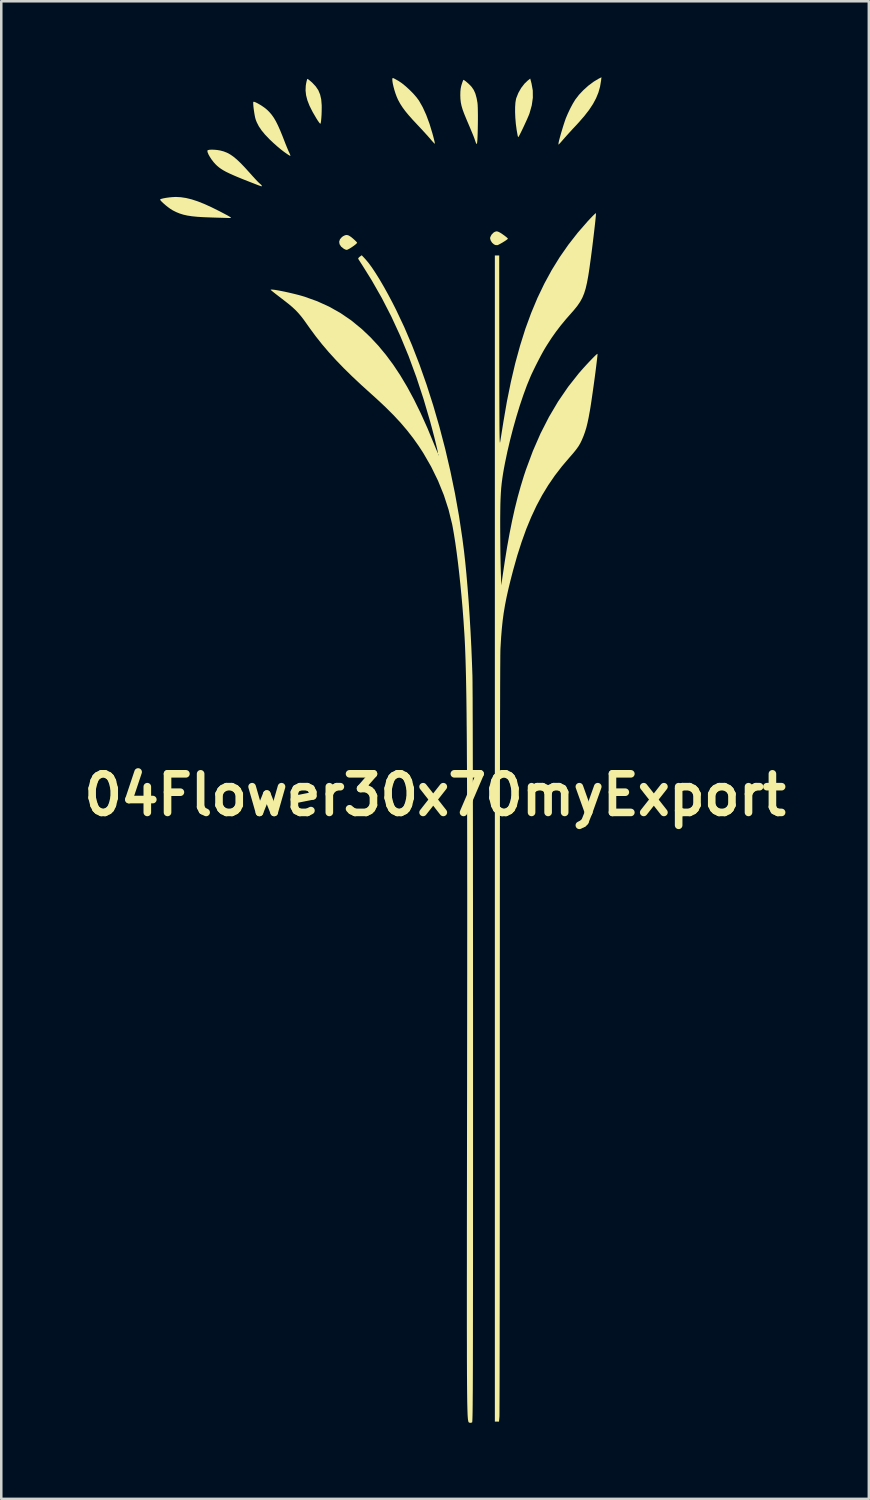
<source format=kicad_pcb>
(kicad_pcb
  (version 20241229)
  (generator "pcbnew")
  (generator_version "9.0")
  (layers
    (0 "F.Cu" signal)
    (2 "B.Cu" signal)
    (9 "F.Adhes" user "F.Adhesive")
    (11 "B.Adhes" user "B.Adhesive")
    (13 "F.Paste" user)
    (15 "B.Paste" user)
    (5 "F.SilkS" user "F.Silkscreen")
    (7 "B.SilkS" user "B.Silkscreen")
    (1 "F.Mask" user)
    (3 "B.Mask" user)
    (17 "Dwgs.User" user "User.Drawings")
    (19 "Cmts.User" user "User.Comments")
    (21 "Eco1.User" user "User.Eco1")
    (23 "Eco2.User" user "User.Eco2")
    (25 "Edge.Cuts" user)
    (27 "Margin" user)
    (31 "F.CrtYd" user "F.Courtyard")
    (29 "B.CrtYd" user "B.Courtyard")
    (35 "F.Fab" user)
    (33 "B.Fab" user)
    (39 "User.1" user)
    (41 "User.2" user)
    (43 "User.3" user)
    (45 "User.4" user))
  (footprint "04Flower30x70myExport"
    (layer "F.Cu")
    (at 14.122 28.329)
    (property "Reference" "04Flower30x70myExport" (at 0 0 0) (layer "F.SilkS") (effects (font (size 1.524 1.524) (thickness 0.3))))
    (attr board_only exclude_from_pos_files exclude_from_bom)
    (fp_poly (pts (xy -3.403 -22.082) (xy -3.315 -22.025) (xy -3.24 -21.964) (xy -3.167 -21.898) (xy -3.11 -21.842) (xy -3.079 -21.805) (xy -3.076 -21.798) (xy -3.095 -21.769) (xy -3.146 -21.724) (xy -3.217 -21.67) (xy -3.298 -21.614) (xy -3.377 -21.565) (xy -3.444 -21.529) (xy -3.487 -21.515) (xy -3.488 -21.515) (xy -3.535 -21.527) (xy -3.598 -21.557) (xy -3.604 -21.562) (xy -3.709 -21.646) (xy -3.769 -21.74) (xy -3.784 -21.838) (xy -3.753 -21.934) (xy -3.676 -22.021) (xy -3.628 -22.056) (xy -3.549 -22.095) (xy -3.477 -22.104)) (stroke (width 0) (type solid)) (fill yes) (layer "F.SilkS"))
    (fp_poly (pts (xy 2.476 -22.239) (xy 2.524 -22.219) (xy 2.585 -22.185) (xy 2.66 -22.136) (xy 2.738 -22.081) (xy 2.807 -22.027) (xy 2.857 -21.983) (xy 2.877 -21.957) (xy 2.877 -21.957) (xy 2.857 -21.935) (xy 2.805 -21.896) (xy 2.732 -21.848) (xy 2.65 -21.798) (xy 2.568 -21.752) (xy 2.5 -21.717) (xy 2.459 -21.701) (xy 2.38 -21.707) (xy 2.32 -21.737) (xy 2.25 -21.8) (xy 2.199 -21.881) (xy 2.174 -21.963) (xy 2.178 -22.014) (xy 2.23 -22.117) (xy 2.308 -22.197) (xy 2.362 -22.229) (xy 2.422 -22.247)) (stroke (width 0) (type solid)) (fill yes) (layer "F.SilkS"))
    (fp_poly (pts (xy 3.809 -28.081) (xy 3.858 -27.809) (xy 3.861 -27.522) (xy 3.818 -27.221) (xy 3.731 -26.911) (xy 3.723 -26.888) (xy 3.695 -26.818) (xy 3.654 -26.722) (xy 3.603 -26.607) (xy 3.546 -26.483) (xy 3.487 -26.356) (xy 3.429 -26.235) (xy 3.376 -26.128) (xy 3.332 -26.042) (xy 3.301 -25.985) (xy 3.286 -25.966) (xy 3.273 -25.987) (xy 3.26 -26.033) (xy 3.22 -26.258) (xy 3.189 -26.492) (xy 3.169 -26.725) (xy 3.16 -26.949) (xy 3.161 -27.154) (xy 3.173 -27.332) (xy 3.197 -27.473) (xy 3.205 -27.502) (xy 3.287 -27.709) (xy 3.399 -27.906) (xy 3.532 -28.078) (xy 3.661 -28.201) (xy 3.757 -28.277)) (stroke (width 0) (type solid)) (fill yes) (layer "F.SilkS"))
    (fp_poly (pts (xy -5.015 -28.255) (xy -4.964 -28.216) (xy -4.894 -28.157) (xy -4.847 -28.115) (xy -4.711 -27.97) (xy -4.608 -27.818) (xy -4.537 -27.649) (xy -4.493 -27.455) (xy -4.474 -27.227) (xy -4.473 -27.135) (xy -4.475 -26.987) (xy -4.48 -26.844) (xy -4.489 -26.715) (xy -4.499 -26.608) (xy -4.511 -26.532) (xy -4.524 -26.495) (xy -4.526 -26.493) (xy -4.546 -26.508) (xy -4.585 -26.556) (xy -4.637 -26.631) (xy -4.68 -26.699) (xy -4.834 -26.963) (xy -4.953 -27.2) (xy -5.038 -27.416) (xy -5.09 -27.617) (xy -5.111 -27.807) (xy -5.103 -27.992) (xy -5.089 -28.083) (xy -5.071 -28.169) (xy -5.053 -28.234) (xy -5.04 -28.265) (xy -5.039 -28.265)) (stroke (width 0) (type solid)) (fill yes) (layer "F.SilkS"))
    (fp_poly (pts (xy 6.552 -28.186) (xy 6.512 -27.951) (xy 6.448 -27.725) (xy 6.357 -27.503) (xy 6.237 -27.278) (xy 6.085 -27.047) (xy 5.897 -26.804) (xy 5.671 -26.544) (xy 5.557 -26.42) (xy 5.441 -26.297) (xy 5.322 -26.167) (xy 5.208 -26.041) (xy 5.112 -25.933) (xy 5.071 -25.886) (xy 4.997 -25.801) (xy 4.936 -25.732) (xy 4.892 -25.686) (xy 4.875 -25.67) (xy 4.871 -25.692) (xy 4.877 -25.745) (xy 4.88 -25.761) (xy 4.899 -25.846) (xy 4.931 -25.965) (xy 4.97 -26.107) (xy 5.016 -26.26) (xy 5.062 -26.411) (xy 5.107 -26.55) (xy 5.146 -26.664) (xy 5.161 -26.707) (xy 5.242 -26.897) (xy 5.335 -27.094) (xy 5.434 -27.28) (xy 5.529 -27.437) (xy 5.54 -27.453) (xy 5.683 -27.639) (xy 5.859 -27.825) (xy 6.054 -28) (xy 6.257 -28.152) (xy 6.454 -28.271) (xy 6.463 -28.275) (xy 6.569 -28.329)) (stroke (width 0) (type solid)) (fill yes) (layer "F.SilkS"))
    (fp_poly (pts (xy -10.03 -23.594) (xy -9.826 -23.563) (xy -9.609 -23.51) (xy -9.373 -23.433) (xy -9.115 -23.331) (xy -8.83 -23.202) (xy -8.514 -23.045) (xy -8.323 -22.945) (xy -8.199 -22.879) (xy -8.115 -22.831) (xy -8.068 -22.8) (xy -8.055 -22.781) (xy -8.072 -22.773) (xy -8.115 -22.773) (xy -8.128 -22.773) (xy -8.179 -22.775) (xy -8.272 -22.778) (xy -8.397 -22.782) (xy -8.548 -22.786) (xy -8.715 -22.791) (xy -8.84 -22.795) (xy -9.13 -22.806) (xy -9.378 -22.821) (xy -9.59 -22.842) (xy -9.774 -22.87) (xy -9.935 -22.906) (xy -10.081 -22.952) (xy -10.218 -23.008) (xy -10.353 -23.076) (xy -10.364 -23.083) (xy -10.443 -23.132) (xy -10.532 -23.196) (xy -10.623 -23.268) (xy -10.708 -23.341) (xy -10.78 -23.408) (xy -10.831 -23.463) (xy -10.853 -23.5) (xy -10.851 -23.508) (xy -10.809 -23.528) (xy -10.728 -23.549) (xy -10.621 -23.569) (xy -10.499 -23.586) (xy -10.374 -23.598) (xy -10.256 -23.604) (xy -10.224 -23.605)) (stroke (width 0) (type solid)) (fill yes) (layer "F.SilkS"))
    (fp_poly (pts (xy -8.718 -25.469) (xy -8.595 -25.458) (xy -8.477 -25.438) (xy -8.343 -25.402) (xy -8.214 -25.352) (xy -8.088 -25.284) (xy -7.957 -25.194) (xy -7.818 -25.078) (xy -7.666 -24.933) (xy -7.496 -24.755) (xy -7.306 -24.544) (xy -7.202 -24.428) (xy -7.105 -24.322) (xy -7.02 -24.231) (xy -6.953 -24.164) (xy -6.912 -24.127) (xy -6.912 -24.127) (xy -6.861 -24.082) (xy -6.836 -24.046) (xy -6.841 -24.026) (xy -6.854 -24.025) (xy -6.885 -24.035) (xy -6.948 -24.057) (xy -7.03 -24.088) (xy -7.032 -24.089) (xy -7.328 -24.204) (xy -7.581 -24.304) (xy -7.796 -24.392) (xy -7.978 -24.47) (xy -8.13 -24.539) (xy -8.258 -24.602) (xy -8.364 -24.661) (xy -8.454 -24.718) (xy -8.532 -24.775) (xy -8.602 -24.834) (xy -8.654 -24.884) (xy -8.738 -24.976) (xy -8.817 -25.078) (xy -8.885 -25.181) (xy -8.94 -25.278) (xy -8.975 -25.361) (xy -8.987 -25.421) (xy -8.975 -25.449) (xy -8.92 -25.465) (xy -8.83 -25.472)) (stroke (width 0) (type solid)) (fill yes) (layer "F.SilkS"))
    (fp_poly (pts (xy -7.076 -27.337) (xy -6.992 -27.294) (xy -6.896 -27.238) (xy -6.798 -27.175) (xy -6.705 -27.108) (xy -6.632 -27.047) (xy -6.535 -26.951) (xy -6.447 -26.848) (xy -6.364 -26.73) (xy -6.283 -26.593) (xy -6.202 -26.431) (xy -6.115 -26.236) (xy -6.02 -26.004) (xy -5.962 -25.855) (xy -5.909 -25.718) (xy -5.857 -25.589) (xy -5.81 -25.476) (xy -5.774 -25.393) (xy -5.761 -25.367) (xy -5.729 -25.297) (xy -5.711 -25.245) (xy -5.709 -25.227) (xy -5.731 -25.233) (xy -5.784 -25.263) (xy -5.861 -25.315) (xy -5.956 -25.382) (xy -5.987 -25.405) (xy -6.107 -25.498) (xy -6.244 -25.614) (xy -6.385 -25.74) (xy -6.514 -25.861) (xy -6.542 -25.89) (xy -6.717 -26.073) (xy -6.854 -26.241) (xy -6.96 -26.4) (xy -7.04 -26.558) (xy -7.08 -26.663) (xy -7.1 -26.735) (xy -7.12 -26.833) (xy -7.139 -26.947) (xy -7.156 -27.064) (xy -7.169 -27.175) (xy -7.176 -27.269) (xy -7.177 -27.334) (xy -7.171 -27.36) (xy -7.138 -27.36)) (stroke (width 0) (type solid)) (fill yes) (layer "F.SilkS"))
    (fp_poly (pts (xy -1.636 -28.29) (xy -1.573 -28.258) (xy -1.491 -28.212) (xy -1.443 -28.185) (xy -1.308 -28.094) (xy -1.158 -27.972) (xy -1.004 -27.831) (xy -0.857 -27.683) (xy -0.73 -27.536) (xy -0.632 -27.404) (xy -0.632 -27.403) (xy -0.486 -27.146) (xy -0.349 -26.845) (xy -0.22 -26.497) (xy -0.1 -26.102) (xy -0.073 -26.002) (xy -0.044 -25.89) (xy -0.022 -25.797) (xy -0.009 -25.732) (xy -0.007 -25.704) (xy -0.007 -25.704) (xy -0.027 -25.717) (xy -0.07 -25.761) (xy -0.13 -25.828) (xy -0.178 -25.885) (xy -0.246 -25.963) (xy -0.34 -26.068) (xy -0.451 -26.19) (xy -0.571 -26.319) (xy -0.691 -26.447) (xy -0.696 -26.453) (xy -0.888 -26.658) (xy -1.047 -26.838) (xy -1.178 -26.997) (xy -1.285 -27.143) (xy -1.374 -27.281) (xy -1.449 -27.418) (xy -1.467 -27.453) (xy -1.516 -27.567) (xy -1.563 -27.694) (xy -1.605 -27.827) (xy -1.64 -27.958) (xy -1.667 -28.078) (xy -1.683 -28.18) (xy -1.687 -28.255) (xy -1.677 -28.296) (xy -1.666 -28.301)) (stroke (width 0) (type solid)) (fill yes) (layer "F.SilkS"))
    (fp_poly (pts (xy 1.155 -28.211) (xy 1.213 -28.169) (xy 1.284 -28.108) (xy 1.358 -28.04) (xy 1.424 -27.972) (xy 1.444 -27.949) (xy 1.527 -27.829) (xy 1.592 -27.684) (xy 1.641 -27.507) (xy 1.675 -27.318) (xy 1.682 -27.242) (xy 1.687 -27.13) (xy 1.69 -26.991) (xy 1.692 -26.831) (xy 1.692 -26.658) (xy 1.69 -26.48) (xy 1.687 -26.304) (xy 1.683 -26.138) (xy 1.678 -25.988) (xy 1.672 -25.862) (xy 1.664 -25.769) (xy 1.656 -25.714) (xy 1.653 -25.706) (xy 1.637 -25.698) (xy 1.616 -25.731) (xy 1.589 -25.808) (xy 1.588 -25.811) (xy 1.572 -25.86) (xy 1.554 -25.911) (xy 1.532 -25.971) (xy 1.502 -26.045) (xy 1.463 -26.14) (xy 1.413 -26.26) (xy 1.349 -26.413) (xy 1.268 -26.602) (xy 1.236 -26.679) (xy 1.152 -26.882) (xy 1.089 -27.053) (xy 1.045 -27.202) (xy 1.017 -27.339) (xy 1.002 -27.474) (xy 0.997 -27.613) (xy 1 -27.759) (xy 1.011 -27.875) (xy 1.032 -27.98) (xy 1.052 -28.049) (xy 1.08 -28.134) (xy 1.104 -28.197) (xy 1.119 -28.227) (xy 1.121 -28.228)) (stroke (width 0) (type solid)) (fill yes) (layer "F.SilkS"))
    (fp_poly (pts (xy 6.35 -22.966) (xy 6.352 -22.938) (xy 6.347 -22.866) (xy 6.337 -22.757) (xy 6.323 -22.616) (xy 6.304 -22.448) (xy 6.282 -22.259) (xy 6.258 -22.054) (xy 6.232 -21.839) (xy 6.205 -21.619) (xy 6.177 -21.4) (xy 6.149 -21.187) (xy 6.121 -20.986) (xy 6.096 -20.802) (xy 6.072 -20.641) (xy 6.051 -20.509) (xy 6.048 -20.49) (xy 5.999 -20.223) (xy 5.946 -19.995) (xy 5.886 -19.799) (xy 5.813 -19.624) (xy 5.724 -19.462) (xy 5.615 -19.303) (xy 5.482 -19.138) (xy 5.402 -19.047) (xy 5.168 -18.781) (xy 4.963 -18.533) (xy 4.778 -18.291) (xy 4.603 -18.044) (xy 4.43 -17.777) (xy 4.339 -17.63) (xy 4.264 -17.5) (xy 4.174 -17.336) (xy 4.078 -17.152) (xy 3.98 -16.96) (xy 3.888 -16.772) (xy 3.806 -16.6) (xy 3.764 -16.504) (xy 3.624 -16.164) (xy 3.484 -15.782) (xy 3.345 -15.369) (xy 3.211 -14.931) (xy 3.083 -14.478) (xy 2.964 -14.017) (xy 2.856 -13.558) (xy 2.762 -13.109) (xy 2.717 -12.872) (xy 2.683 -12.674) (xy 2.655 -12.487) (xy 2.631 -12.304) (xy 2.612 -12.119) (xy 2.598 -11.924) (xy 2.587 -11.712) (xy 2.579 -11.478) (xy 2.575 -11.214) (xy 2.572 -10.914) (xy 2.572 -10.61) (xy 2.573 -10.352) (xy 2.575 -10.085) (xy 2.577 -9.817) (xy 2.58 -9.559) (xy 2.584 -9.319) (xy 2.588 -9.107) (xy 2.593 -8.932) (xy 2.594 -8.889) (xy 2.615 -8.274) (xy 2.66 -8.594) (xy 2.752 -9.214) (xy 2.845 -9.79) (xy 2.942 -10.326) (xy 3.043 -10.829) (xy 3.148 -11.302) (xy 3.26 -11.751) (xy 3.38 -12.181) (xy 3.507 -12.597) (xy 3.59 -12.846) (xy 3.861 -13.575) (xy 4.162 -14.265) (xy 4.495 -14.918) (xy 4.858 -15.532) (xy 5.252 -16.108) (xy 5.667 -16.634) (xy 5.765 -16.748) (xy 5.871 -16.867) (xy 5.98 -16.986) (xy 6.086 -17.1) (xy 6.186 -17.204) (xy 6.273 -17.293) (xy 6.343 -17.361) (xy 6.391 -17.403) (xy 6.412 -17.414) (xy 6.412 -17.413) (xy 6.412 -17.379) (xy 6.406 -17.303) (xy 6.393 -17.189) (xy 6.376 -17.044) (xy 6.355 -16.874) (xy 6.331 -16.684) (xy 6.304 -16.48) (xy 6.275 -16.268) (xy 6.245 -16.053) (xy 6.215 -15.842) (xy 6.186 -15.641) (xy 6.158 -15.454) (xy 6.132 -15.288) (xy 6.109 -15.148) (xy 6.108 -15.147) (xy 6.062 -14.895) (xy 6.017 -14.682) (xy 5.971 -14.497) (xy 5.92 -14.331) (xy 5.863 -14.173) (xy 5.852 -14.147) (xy 5.791 -14.002) (xy 5.729 -13.875) (xy 5.658 -13.757) (xy 5.573 -13.638) (xy 5.467 -13.506) (xy 5.333 -13.351) (xy 5.315 -13.331) (xy 5.01 -12.973) (xy 4.728 -12.607) (xy 4.468 -12.228) (xy 4.227 -11.832) (xy 4.004 -11.415) (xy 3.797 -10.972) (xy 3.602 -10.501) (xy 3.42 -9.995) (xy 3.246 -9.452) (xy 3.081 -8.867) (xy 2.978 -8.469) (xy 2.892 -8.116) (xy 2.82 -7.791) (xy 2.76 -7.483) (xy 2.71 -7.183) (xy 2.669 -6.879) (xy 2.636 -6.56) (xy 2.608 -6.216) (xy 2.585 -5.834) (xy 2.582 -5.778) (xy 2.58 -5.719) (xy 2.578 -5.612) (xy 2.576 -5.456) (xy 2.575 -5.253) (xy 2.573 -5.002) (xy 2.572 -4.705) (xy 2.57 -4.362) (xy 2.569 -3.973) (xy 2.568 -3.538) (xy 2.566 -3.059) (xy 2.565 -2.536) (xy 2.564 -1.969) (xy 2.563 -1.359) (xy 2.562 -0.706) (xy 2.561 -0.011) (xy 2.561 0.726) (xy 2.56 1.503) (xy 2.559 2.322) (xy 2.559 3.181) (xy 2.558 4.079) (xy 2.558 5.017) (xy 2.558 5.994) (xy 2.557 7.008) (xy 2.557 8.061) (xy 2.557 9.15) (xy 2.557 9.518) (xy 2.557 10.372) (xy 2.557 11.214) (xy 2.557 12.043) (xy 2.557 12.857) (xy 2.557 13.656) (xy 2.556 14.438) (xy 2.556 15.201) (xy 2.556 15.944) (xy 2.555 16.666) (xy 2.555 17.365) (xy 2.554 18.041) (xy 2.554 18.691) (xy 2.553 19.314) (xy 2.553 19.91) (xy 2.552 20.475) (xy 2.551 21.011) (xy 2.551 21.514) (xy 2.55 21.983) (xy 2.549 22.418) (xy 2.549 22.816) (xy 2.548 23.177) (xy 2.547 23.499) (xy 2.546 23.781) (xy 2.545 24.021) (xy 2.544 24.217) (xy 2.544 24.37) (xy 2.543 24.477) (xy 2.542 24.536) (xy 2.541 24.548) (xy 2.525 24.736) (xy 2.361 24.736) (xy 2.361 -21.294) (xy 2.533 -21.294) (xy 2.536 -17.513) (xy 2.536 -17.006) (xy 2.537 -16.546) (xy 2.537 -16.131) (xy 2.538 -15.759) (xy 2.539 -15.429) (xy 2.54 -15.137) (xy 2.541 -14.882) (xy 2.542 -14.661) (xy 2.543 -14.474) (xy 2.545 -14.317) (xy 2.547 -14.19) (xy 2.549 -14.088) (xy 2.552 -14.012) (xy 2.555 -13.958) (xy 2.558 -13.924) (xy 2.561 -13.909) (xy 2.565 -13.91) (xy 2.57 -13.926) (xy 2.572 -13.942) (xy 2.586 -14.029) (xy 2.607 -14.155) (xy 2.631 -14.307) (xy 2.658 -14.476) (xy 2.686 -14.651) (xy 2.694 -14.704) (xy 2.836 -15.528) (xy 2.994 -16.307) (xy 3.167 -17.044) (xy 3.358 -17.741) (xy 3.566 -18.402) (xy 3.795 -19.027) (xy 4.043 -19.62) (xy 4.314 -20.184) (xy 4.606 -20.72) (xy 4.922 -21.231) (xy 5.263 -21.72) (xy 5.63 -22.19) (xy 6.023 -22.642) (xy 6.13 -22.757) (xy 6.21 -22.84) (xy 6.278 -22.907) (xy 6.327 -22.951) (xy 6.35 -22.966)) (stroke (width 0) (type solid)) (fill yes) (layer "F.SilkS"))
    (fp_poly (pts (xy -2.746 -21.145) (xy -2.628 -21.005) (xy -2.495 -20.824) (xy -2.349 -20.605) (xy -2.192 -20.353) (xy -2.027 -20.071) (xy -1.856 -19.764) (xy -1.682 -19.435) (xy -1.54 -19.155) (xy -1.218 -18.474) (xy -0.909 -17.751) (xy -0.614 -16.99) (xy -0.334 -16.196) (xy -0.071 -15.373) (xy 0.174 -14.528) (xy 0.4 -13.664) (xy 0.604 -12.787) (xy 0.787 -11.901) (xy 0.946 -11.013) (xy 1.079 -10.125) (xy 1.142 -9.639) (xy 1.192 -9.192) (xy 1.24 -8.703) (xy 1.285 -8.177) (xy 1.328 -7.622) (xy 1.366 -7.045) (xy 1.401 -6.451) (xy 1.432 -5.847) (xy 1.457 -5.24) (xy 1.476 -4.709) (xy 1.477 -4.628) (xy 1.479 -4.499) (xy 1.48 -4.323) (xy 1.482 -4.1) (xy 1.484 -3.832) (xy 1.485 -3.519) (xy 1.486 -3.162) (xy 1.488 -2.762) (xy 1.489 -2.32) (xy 1.49 -1.837) (xy 1.491 -1.314) (xy 1.492 -0.751) (xy 1.493 -0.15) (xy 1.494 0.489) (xy 1.495 1.164) (xy 1.496 1.875) (xy 1.497 2.621) (xy 1.497 3.401) (xy 1.498 4.213) (xy 1.498 5.059) (xy 1.499 5.935) (xy 1.499 6.842) (xy 1.499 7.778) (xy 1.5 8.743) (xy 1.5 9.736) (xy 1.5 10.417) (xy 1.5 11.426) (xy 1.5 12.387) (xy 1.5 13.301) (xy 1.5 14.17) (xy 1.5 14.994) (xy 1.499 15.774) (xy 1.499 16.513) (xy 1.499 17.21) (xy 1.499 17.868) (xy 1.499 18.486) (xy 1.498 19.067) (xy 1.498 19.612) (xy 1.497 20.121) (xy 1.497 20.596) (xy 1.496 21.038) (xy 1.496 21.449) (xy 1.495 21.829) (xy 1.494 22.179) (xy 1.494 22.501) (xy 1.493 22.795) (xy 1.492 23.064) (xy 1.491 23.308) (xy 1.49 23.528) (xy 1.488 23.725) (xy 1.487 23.901) (xy 1.486 24.057) (xy 1.484 24.194) (xy 1.483 24.313) (xy 1.481 24.415) (xy 1.479 24.502) (xy 1.477 24.574) (xy 1.475 24.632) (xy 1.473 24.679) (xy 1.471 24.715) (xy 1.469 24.74) (xy 1.466 24.758) (xy 1.463 24.767) (xy 1.461 24.77) (xy 1.387 24.785) (xy 1.334 24.768) (xy 1.318 24.742) (xy 1.313 24.723) (xy 1.308 24.7) (xy 1.303 24.671) (xy 1.298 24.636) (xy 1.294 24.594) (xy 1.29 24.543) (xy 1.286 24.481) (xy 1.283 24.408) (xy 1.28 24.322) (xy 1.277 24.222) (xy 1.274 24.106) (xy 1.271 23.974) (xy 1.269 23.824) (xy 1.267 23.655) (xy 1.265 23.465) (xy 1.263 23.253) (xy 1.262 23.019) (xy 1.26 22.76) (xy 1.259 22.475) (xy 1.258 22.163) (xy 1.258 21.823) (xy 1.257 21.454) (xy 1.256 21.054) (xy 1.256 20.622) (xy 1.256 20.156) (xy 1.256 19.656) (xy 1.256 19.12) (xy 1.257 18.547) (xy 1.257 17.935) (xy 1.257 17.283) (xy 1.258 16.591) (xy 1.259 15.856) (xy 1.26 15.077) (xy 1.261 14.254) (xy 1.262 13.384) (xy 1.263 12.467) (xy 1.264 12.159) (xy 1.265 11.043) (xy 1.266 9.975) (xy 1.267 8.954) (xy 1.268 7.978) (xy 1.269 7.047) (xy 1.269 6.159) (xy 1.27 5.313) (xy 1.27 4.507) (xy 1.27 3.741) (xy 1.269 3.014) (xy 1.269 2.324) (xy 1.268 1.67) (xy 1.267 1.05) (xy 1.265 0.464) (xy 1.264 -0.089) (xy 1.262 -0.612) (xy 1.26 -1.104) (xy 1.257 -1.568) (xy 1.255 -2.004) (xy 1.252 -2.414) (xy 1.248 -2.798) (xy 1.245 -3.159) (xy 1.241 -3.497) (xy 1.237 -3.813) (xy 1.232 -4.109) (xy 1.227 -4.386) (xy 1.222 -4.644) (xy 1.216 -4.887) (xy 1.21 -5.113) (xy 1.204 -5.325) (xy 1.197 -5.524) (xy 1.19 -5.711) (xy 1.183 -5.887) (xy 1.175 -6.054) (xy 1.167 -6.212) (xy 1.158 -6.363) (xy 1.155 -6.405) (xy 1.124 -6.876) (xy 1.088 -7.351) (xy 1.047 -7.823) (xy 1.002 -8.287) (xy 0.955 -8.738) (xy 0.905 -9.17) (xy 0.853 -9.577) (xy 0.8 -9.954) (xy 0.746 -10.295) (xy 0.693 -10.595) (xy 0.674 -10.691) (xy 0.533 -11.264) (xy 0.347 -11.838) (xy 0.117 -12.405) (xy -0.154 -12.959) (xy -0.422 -13.425) (xy 0.123 -13.425) (xy 0.132 -13.405) (xy 0.139 -13.409) (xy 0.142 -13.438) (xy 0.139 -13.442) (xy 0.125 -13.438) (xy 0.123 -13.425) (xy -0.422 -13.425) (xy -0.462 -13.494) (xy -0.641 -13.77) (xy -0.864 -14.084) (xy -1.102 -14.39) (xy -1.36 -14.693) (xy -1.644 -14.998) (xy -1.958 -15.311) (xy -2.307 -15.638) (xy -2.496 -15.808) (xy -2.901 -16.174) (xy -3.27 -16.52) (xy -3.605 -16.849) (xy -3.912 -17.167) (xy -4.195 -17.478) (xy -4.458 -17.787) (xy -4.706 -18.1) (xy -4.943 -18.421) (xy -5.051 -18.574) (xy -5.173 -18.746) (xy -5.285 -18.892) (xy -5.395 -19.021) (xy -5.51 -19.142) (xy -5.638 -19.261) (xy -5.788 -19.387) (xy -5.968 -19.528) (xy -6.067 -19.604) (xy -6.192 -19.7) (xy -6.302 -19.785) (xy -6.391 -19.856) (xy -6.456 -19.909) (xy -6.488 -19.938) (xy -6.491 -19.942) (xy -6.469 -19.95) (xy -6.405 -19.947) (xy -6.307 -19.935) (xy -6.182 -19.914) (xy -6.036 -19.886) (xy -5.877 -19.853) (xy -5.71 -19.815) (xy -5.542 -19.775) (xy -5.38 -19.734) (xy -5.232 -19.692) (xy -5.155 -19.669) (xy -4.652 -19.489) (xy -4.179 -19.274) (xy -3.732 -19.022) (xy -3.305 -18.73) (xy -2.895 -18.394) (xy -2.557 -18.074) (xy -2.243 -17.738) (xy -1.942 -17.376) (xy -1.651 -16.984) (xy -1.37 -16.56) (xy -1.096 -16.101) (xy -0.828 -15.603) (xy -0.564 -15.065) (xy -0.302 -14.484) (xy -0.042 -13.856) (xy -0.035 -13.839) (xy 0.015 -13.717) (xy 0.058 -13.613) (xy 0.091 -13.536) (xy 0.112 -13.492) (xy 0.117 -13.485) (xy 0.115 -13.512) (xy 0.101 -13.579) (xy 0.078 -13.682) (xy 0.047 -13.812) (xy 0.01 -13.965) (xy -0.032 -14.133) (xy -0.078 -14.31) (xy -0.125 -14.489) (xy -0.173 -14.665) (xy -0.186 -14.716) (xy -0.454 -15.629) (xy -0.74 -16.499) (xy -1.046 -17.33) (xy -1.375 -18.125) (xy -1.726 -18.886) (xy -2.102 -19.617) (xy -2.504 -20.322) (xy -2.803 -20.802) (xy -2.876 -20.917) (xy -2.941 -21.018) (xy -2.992 -21.098) (xy -3.024 -21.149) (xy -3.033 -21.163) (xy -3.026 -21.195) (xy -2.984 -21.238) (xy -2.971 -21.247) (xy -2.893 -21.303)) (stroke (width 0) (type solid)) (fill yes) (layer "F.SilkS")))
  (gr_rect
    (start -3 -3)
    (end 31.245 56.114)
    (stroke (width 0.1) (type default))
    (fill no)
    (layer "Edge.Cuts")))
</source>
